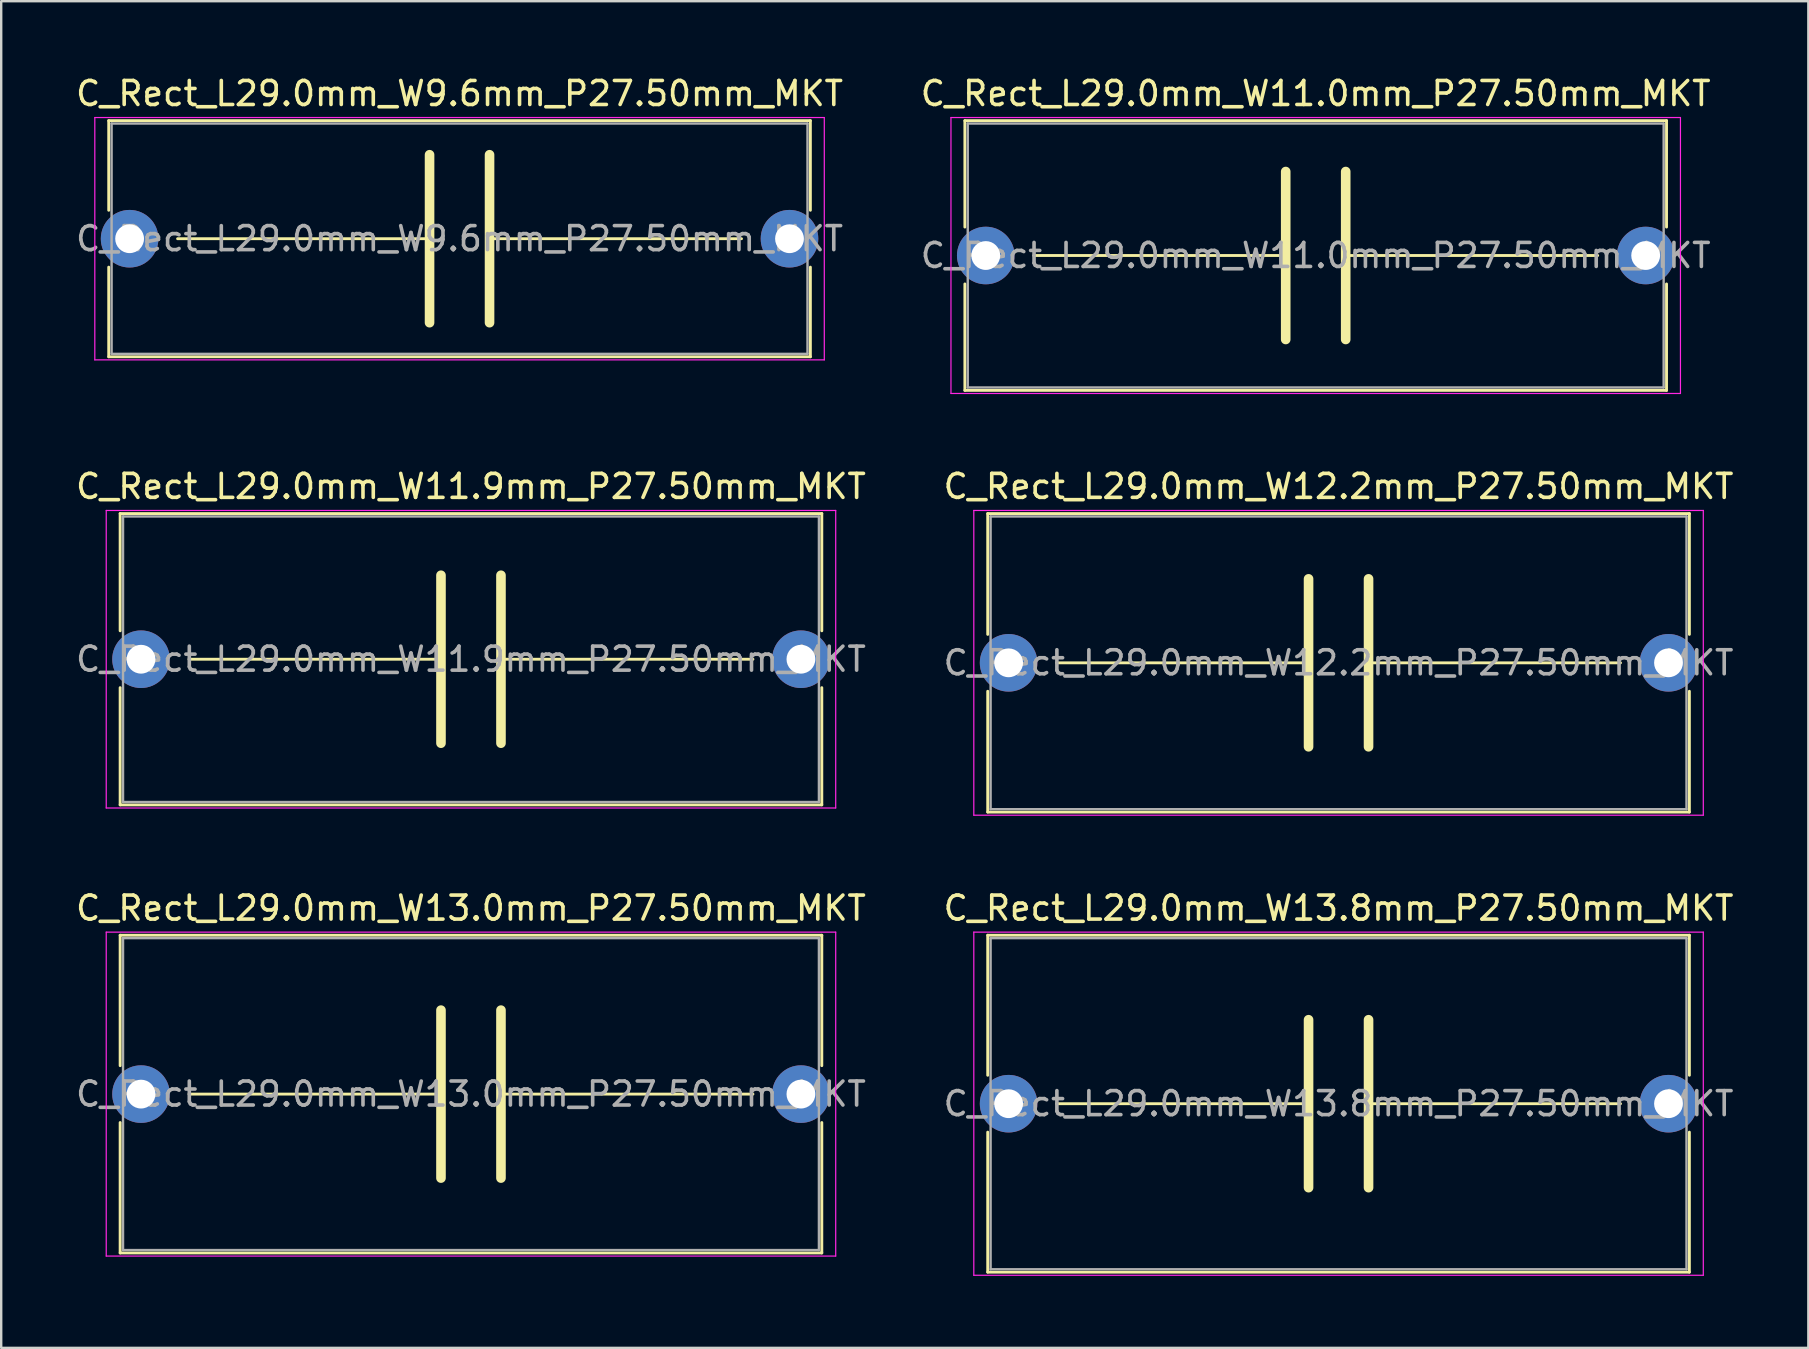
<source format=kicad_pcb>
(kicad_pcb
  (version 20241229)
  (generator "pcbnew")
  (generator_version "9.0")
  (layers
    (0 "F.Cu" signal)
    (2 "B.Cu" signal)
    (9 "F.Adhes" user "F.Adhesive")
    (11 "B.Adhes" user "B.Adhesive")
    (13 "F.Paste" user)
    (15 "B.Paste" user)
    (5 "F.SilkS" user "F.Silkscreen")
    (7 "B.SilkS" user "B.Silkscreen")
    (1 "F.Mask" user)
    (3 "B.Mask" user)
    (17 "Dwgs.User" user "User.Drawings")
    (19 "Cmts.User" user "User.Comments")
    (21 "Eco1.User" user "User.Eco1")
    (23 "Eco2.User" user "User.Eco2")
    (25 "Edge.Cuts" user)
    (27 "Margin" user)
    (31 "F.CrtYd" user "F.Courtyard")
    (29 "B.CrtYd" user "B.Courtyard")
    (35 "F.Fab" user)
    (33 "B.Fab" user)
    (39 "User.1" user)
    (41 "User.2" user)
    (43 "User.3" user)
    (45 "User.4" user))
  (footprint "C_Rect_L29.0mm_W11.9mm_P27.50mm_MKT"
    (layer "F.Cu")
    (at 2.827 24.422)
    (property "Reference" "C_Rect_L29.0mm_W11.9mm_P27.50mm_MKT" (at 13.75 -7.2 0) (layer "F.SilkS") (effects (font (size 1 1) (thickness 0.15))))
    (attr through_hole)
    (fp_line (start -0.87 -6.07) (end -0.87 -1.185) (stroke (width 0.12) (type solid)) (layer "F.SilkS"))
    (fp_line (start -0.87 -6.07) (end 28.37 -6.07) (stroke (width 0.12) (type solid)) (layer "F.SilkS"))
    (fp_line (start -0.87 1.185) (end -0.87 6.07) (stroke (width 0.12) (type solid)) (layer "F.SilkS"))
    (fp_line (start -0.87 6.07) (end 28.37 6.07) (stroke (width 0.12) (type solid)) (layer "F.SilkS"))
    (fp_line (start 2 0) (end 12.5 0) (stroke (width 0.12) (type solid)) (layer "F.SilkS"))
    (fp_line (start 12.5 -3.5) (end 12.5 3.5) (stroke (width 0.4) (type solid)) (layer "F.SilkS"))
    (fp_line (start 15 -3.5) (end 15 3.5) (stroke (width 0.4) (type solid)) (layer "F.SilkS"))
    (fp_line (start 15 0) (end 25.5 0) (stroke (width 0.12) (type solid)) (layer "F.SilkS"))
    (fp_line (start 28.37 -6.07) (end 28.37 -1.185) (stroke (width 0.12) (type solid)) (layer "F.SilkS"))
    (fp_line (start 28.37 1.185) (end 28.37 6.07) (stroke (width 0.12) (type solid)) (layer "F.SilkS"))
    (fp_line (start -1.45 -6.2) (end -1.45 6.2) (stroke (width 0.05) (type solid)) (layer "F.CrtYd"))
    (fp_line (start -1.45 6.2) (end 28.95 6.2) (stroke (width 0.05) (type solid)) (layer "F.CrtYd"))
    (fp_line (start 28.95 -6.2) (end -1.45 -6.2) (stroke (width 0.05) (type solid)) (layer "F.CrtYd"))
    (fp_line (start 28.95 6.2) (end 28.95 -6.2) (stroke (width 0.05) (type solid)) (layer "F.CrtYd"))
    (fp_line (start -0.75 -5.95) (end -0.75 5.95) (stroke (width 0.1) (type solid)) (layer "F.Fab"))
    (fp_line (start -0.75 5.95) (end 28.25 5.95) (stroke (width 0.1) (type solid)) (layer "F.Fab"))
    (fp_line (start 28.25 -5.95) (end -0.75 -5.95) (stroke (width 0.1) (type solid)) (layer "F.Fab"))
    (fp_line (start 28.25 5.95) (end 28.25 -5.95) (stroke (width 0.1) (type solid)) (layer "F.Fab"))
    (fp_text user "${REFERENCE}" (at 13.75 0 0) (layer "F.Fab") (effects (font (size 1 1) (thickness 0.15))))
    (pad "1" thru_hole circle (at 0 0) (size 2.4 2.4) (drill 1.2) (layers "*.Cu" "*.Mask"))
    (pad "2" thru_hole circle (at 27.5 0) (size 2.4 2.4) (drill 1.2) (layers "*.Cu" "*.Mask")))
  (footprint "C_Rect_L29.0mm_W13.0mm_P27.50mm_MKT"
    (layer "F.Cu")
    (at 2.827 42.545)
    (property "Reference" "C_Rect_L29.0mm_W13.0mm_P27.50mm_MKT" (at 13.75 -7.75 0) (layer "F.SilkS") (effects (font (size 1 1) (thickness 0.15))))
    (attr through_hole)
    (fp_line (start -0.87 -6.62) (end -0.87 -1.185) (stroke (width 0.12) (type solid)) (layer "F.SilkS"))
    (fp_line (start -0.87 -6.62) (end 28.37 -6.62) (stroke (width 0.12) (type solid)) (layer "F.SilkS"))
    (fp_line (start -0.87 1.185) (end -0.87 6.62) (stroke (width 0.12) (type solid)) (layer "F.SilkS"))
    (fp_line (start -0.87 6.62) (end 28.37 6.62) (stroke (width 0.12) (type solid)) (layer "F.SilkS"))
    (fp_line (start 2 0) (end 12.5 0) (stroke (width 0.12) (type solid)) (layer "F.SilkS"))
    (fp_line (start 12.5 -3.5) (end 12.5 3.5) (stroke (width 0.4) (type solid)) (layer "F.SilkS"))
    (fp_line (start 15 -3.5) (end 15 3.5) (stroke (width 0.4) (type solid)) (layer "F.SilkS"))
    (fp_line (start 15 0) (end 25.5 0) (stroke (width 0.12) (type solid)) (layer "F.SilkS"))
    (fp_line (start 28.37 -6.62) (end 28.37 -1.185) (stroke (width 0.12) (type solid)) (layer "F.SilkS"))
    (fp_line (start 28.37 1.185) (end 28.37 6.62) (stroke (width 0.12) (type solid)) (layer "F.SilkS"))
    (fp_line (start -1.45 -6.75) (end -1.45 6.75) (stroke (width 0.05) (type solid)) (layer "F.CrtYd"))
    (fp_line (start -1.45 6.75) (end 28.95 6.75) (stroke (width 0.05) (type solid)) (layer "F.CrtYd"))
    (fp_line (start 28.95 -6.75) (end -1.45 -6.75) (stroke (width 0.05) (type solid)) (layer "F.CrtYd"))
    (fp_line (start 28.95 6.75) (end 28.95 -6.75) (stroke (width 0.05) (type solid)) (layer "F.CrtYd"))
    (fp_line (start -0.75 -6.5) (end -0.75 6.5) (stroke (width 0.1) (type solid)) (layer "F.Fab"))
    (fp_line (start -0.75 6.5) (end 28.25 6.5) (stroke (width 0.1) (type solid)) (layer "F.Fab"))
    (fp_line (start 28.25 -6.5) (end -0.75 -6.5) (stroke (width 0.1) (type solid)) (layer "F.Fab"))
    (fp_line (start 28.25 6.5) (end 28.25 -6.5) (stroke (width 0.1) (type solid)) (layer "F.Fab"))
    (fp_text user "${REFERENCE}" (at 13.75 0 0) (layer "F.Fab") (effects (font (size 1 1) (thickness 0.15))))
    (pad "1" thru_hole circle (at 0 0) (size 2.4 2.4) (drill 1.2) (layers "*.Cu" "*.Mask"))
    (pad "2" thru_hole circle (at 27.5 0) (size 2.4 2.4) (drill 1.2) (layers "*.Cu" "*.Mask")))
  (footprint "C_Rect_L29.0mm_W9.6mm_P27.50mm_MKT"
    (layer "F.Cu")
    (at 2.351 6.898)
    (property "Reference" "C_Rect_L29.0mm_W9.6mm_P27.50mm_MKT" (at 13.75 -6.05 0) (layer "F.SilkS") (effects (font (size 1 1) (thickness 0.15))))
    (attr through_hole)
    (fp_line (start -0.87 -4.92) (end -0.87 -1.185) (stroke (width 0.12) (type solid)) (layer "F.SilkS"))
    (fp_line (start -0.87 -4.92) (end 28.37 -4.92) (stroke (width 0.12) (type solid)) (layer "F.SilkS"))
    (fp_line (start -0.87 1.185) (end -0.87 4.92) (stroke (width 0.12) (type solid)) (layer "F.SilkS"))
    (fp_line (start -0.87 4.92) (end 28.37 4.92) (stroke (width 0.12) (type solid)) (layer "F.SilkS"))
    (fp_line (start 2 0) (end 12.5 0) (stroke (width 0.12) (type solid)) (layer "F.SilkS"))
    (fp_line (start 12.5 -3.5) (end 12.5 3.5) (stroke (width 0.4) (type solid)) (layer "F.SilkS"))
    (fp_line (start 15 -3.5) (end 15 3.5) (stroke (width 0.4) (type solid)) (layer "F.SilkS"))
    (fp_line (start 15 0) (end 25.5 0) (stroke (width 0.12) (type solid)) (layer "F.SilkS"))
    (fp_line (start 28.37 -4.92) (end 28.37 -1.185) (stroke (width 0.12) (type solid)) (layer "F.SilkS"))
    (fp_line (start 28.37 1.185) (end 28.37 4.92) (stroke (width 0.12) (type solid)) (layer "F.SilkS"))
    (fp_line (start -1.45 -5.05) (end -1.45 5.05) (stroke (width 0.05) (type solid)) (layer "F.CrtYd"))
    (fp_line (start -1.45 5.05) (end 28.95 5.05) (stroke (width 0.05) (type solid)) (layer "F.CrtYd"))
    (fp_line (start 28.95 -5.05) (end -1.45 -5.05) (stroke (width 0.05) (type solid)) (layer "F.CrtYd"))
    (fp_line (start 28.95 5.05) (end 28.95 -5.05) (stroke (width 0.05) (type solid)) (layer "F.CrtYd"))
    (fp_line (start -0.75 -4.8) (end -0.75 4.8) (stroke (width 0.1) (type solid)) (layer "F.Fab"))
    (fp_line (start -0.75 4.8) (end 28.25 4.8) (stroke (width 0.1) (type solid)) (layer "F.Fab"))
    (fp_line (start 28.25 -4.8) (end -0.75 -4.8) (stroke (width 0.1) (type solid)) (layer "F.Fab"))
    (fp_line (start 28.25 4.8) (end 28.25 -4.8) (stroke (width 0.1) (type solid)) (layer "F.Fab"))
    (fp_text user "${REFERENCE}" (at 13.75 0 0) (layer "F.Fab") (effects (font (size 1 1) (thickness 0.15))))
    (pad "1" thru_hole circle (at 0 0) (size 2.4 2.4) (drill 1.2) (layers "*.Cu" "*.Mask"))
    (pad "2" thru_hole circle (at 27.5 0) (size 2.4 2.4) (drill 1.2) (layers "*.Cu" "*.Mask")))
  (footprint "C_Rect_L29.0mm_W12.2mm_P27.50mm_MKT"
    (layer "F.Cu")
    (at 38.982 24.572)
    (property "Reference" "C_Rect_L29.0mm_W12.2mm_P27.50mm_MKT" (at 13.75 -7.35 0) (layer "F.SilkS") (effects (font (size 1 1) (thickness 0.15))))
    (attr through_hole)
    (fp_line (start -0.87 -6.22) (end -0.87 -1.185) (stroke (width 0.12) (type solid)) (layer "F.SilkS"))
    (fp_line (start -0.87 -6.22) (end 28.37 -6.22) (stroke (width 0.12) (type solid)) (layer "F.SilkS"))
    (fp_line (start -0.87 1.185) (end -0.87 6.22) (stroke (width 0.12) (type solid)) (layer "F.SilkS"))
    (fp_line (start -0.87 6.22) (end 28.37 6.22) (stroke (width 0.12) (type solid)) (layer "F.SilkS"))
    (fp_line (start 2 0) (end 12.5 0) (stroke (width 0.12) (type solid)) (layer "F.SilkS"))
    (fp_line (start 12.5 -3.5) (end 12.5 3.5) (stroke (width 0.4) (type solid)) (layer "F.SilkS"))
    (fp_line (start 15 -3.5) (end 15 3.5) (stroke (width 0.4) (type solid)) (layer "F.SilkS"))
    (fp_line (start 15 0) (end 25.5 0) (stroke (width 0.12) (type solid)) (layer "F.SilkS"))
    (fp_line (start 28.37 -6.22) (end 28.37 -1.185) (stroke (width 0.12) (type solid)) (layer "F.SilkS"))
    (fp_line (start 28.37 1.185) (end 28.37 6.22) (stroke (width 0.12) (type solid)) (layer "F.SilkS"))
    (fp_line (start -1.45 -6.35) (end -1.45 6.35) (stroke (width 0.05) (type solid)) (layer "F.CrtYd"))
    (fp_line (start -1.45 6.35) (end 28.95 6.35) (stroke (width 0.05) (type solid)) (layer "F.CrtYd"))
    (fp_line (start 28.95 -6.35) (end -1.45 -6.35) (stroke (width 0.05) (type solid)) (layer "F.CrtYd"))
    (fp_line (start 28.95 6.35) (end 28.95 -6.35) (stroke (width 0.05) (type solid)) (layer "F.CrtYd"))
    (fp_line (start -0.75 -6.1) (end -0.75 6.1) (stroke (width 0.1) (type solid)) (layer "F.Fab"))
    (fp_line (start -0.75 6.1) (end 28.25 6.1) (stroke (width 0.1) (type solid)) (layer "F.Fab"))
    (fp_line (start 28.25 -6.1) (end -0.75 -6.1) (stroke (width 0.1) (type solid)) (layer "F.Fab"))
    (fp_line (start 28.25 6.1) (end 28.25 -6.1) (stroke (width 0.1) (type solid)) (layer "F.Fab"))
    (fp_text user "${REFERENCE}" (at 13.75 0 0) (layer "F.Fab") (effects (font (size 1 1) (thickness 0.15))))
    (pad "1" thru_hole circle (at 0 0) (size 2.4 2.4) (drill 1.2) (layers "*.Cu" "*.Mask"))
    (pad "2" thru_hole circle (at 27.5 0) (size 2.4 2.4) (drill 1.2) (layers "*.Cu" "*.Mask")))
  (footprint "C_Rect_L29.0mm_W13.8mm_P27.50mm_MKT"
    (layer "F.Cu")
    (at 38.982 42.945)
    (property "Reference" "C_Rect_L29.0mm_W13.8mm_P27.50mm_MKT" (at 13.75 -8.15 0) (layer "F.SilkS") (effects (font (size 1 1) (thickness 0.15))))
    (attr through_hole)
    (fp_line (start -0.87 -7.02) (end -0.87 -1.185) (stroke (width 0.12) (type solid)) (layer "F.SilkS"))
    (fp_line (start -0.87 -7.02) (end 28.37 -7.02) (stroke (width 0.12) (type solid)) (layer "F.SilkS"))
    (fp_line (start -0.87 1.185) (end -0.87 7.02) (stroke (width 0.12) (type solid)) (layer "F.SilkS"))
    (fp_line (start -0.87 7.02) (end 28.37 7.02) (stroke (width 0.12) (type solid)) (layer "F.SilkS"))
    (fp_line (start 2 0) (end 12.5 0) (stroke (width 0.12) (type solid)) (layer "F.SilkS"))
    (fp_line (start 12.5 -3.5) (end 12.5 3.5) (stroke (width 0.4) (type solid)) (layer "F.SilkS"))
    (fp_line (start 15 -3.5) (end 15 3.5) (stroke (width 0.4) (type solid)) (layer "F.SilkS"))
    (fp_line (start 15 0) (end 25.5 0) (stroke (width 0.12) (type solid)) (layer "F.SilkS"))
    (fp_line (start 28.37 -7.02) (end 28.37 -1.185) (stroke (width 0.12) (type solid)) (layer "F.SilkS"))
    (fp_line (start 28.37 1.185) (end 28.37 7.02) (stroke (width 0.12) (type solid)) (layer "F.SilkS"))
    (fp_line (start -1.45 -7.15) (end -1.45 7.15) (stroke (width 0.05) (type solid)) (layer "F.CrtYd"))
    (fp_line (start -1.45 7.15) (end 28.95 7.15) (stroke (width 0.05) (type solid)) (layer "F.CrtYd"))
    (fp_line (start 28.95 -7.15) (end -1.45 -7.15) (stroke (width 0.05) (type solid)) (layer "F.CrtYd"))
    (fp_line (start 28.95 7.15) (end 28.95 -7.15) (stroke (width 0.05) (type solid)) (layer "F.CrtYd"))
    (fp_line (start -0.75 -6.9) (end -0.75 6.9) (stroke (width 0.1) (type solid)) (layer "F.Fab"))
    (fp_line (start -0.75 6.9) (end 28.25 6.9) (stroke (width 0.1) (type solid)) (layer "F.Fab"))
    (fp_line (start 28.25 -6.9) (end -0.75 -6.9) (stroke (width 0.1) (type solid)) (layer "F.Fab"))
    (fp_line (start 28.25 6.9) (end 28.25 -6.9) (stroke (width 0.1) (type solid)) (layer "F.Fab"))
    (fp_text user "${REFERENCE}" (at 13.75 0 0) (layer "F.Fab") (effects (font (size 1 1) (thickness 0.15))))
    (pad "1" thru_hole circle (at 0 0) (size 2.4 2.4) (drill 1.2) (layers "*.Cu" "*.Mask"))
    (pad "2" thru_hole circle (at 27.5 0) (size 2.4 2.4) (drill 1.2) (layers "*.Cu" "*.Mask")))
  (footprint "C_Rect_L29.0mm_W11.0mm_P27.50mm_MKT"
    (layer "F.Cu")
    (at 38.03 7.598)
    (property "Reference" "C_Rect_L29.0mm_W11.0mm_P27.50mm_MKT" (at 13.75 -6.75 0) (layer "F.SilkS") (effects (font (size 1 1) (thickness 0.15))))
    (attr through_hole)
    (fp_line (start -0.87 -5.62) (end -0.87 -1.185) (stroke (width 0.12) (type solid)) (layer "F.SilkS"))
    (fp_line (start -0.87 -5.62) (end 28.37 -5.62) (stroke (width 0.12) (type solid)) (layer "F.SilkS"))
    (fp_line (start -0.87 1.185) (end -0.87 5.62) (stroke (width 0.12) (type solid)) (layer "F.SilkS"))
    (fp_line (start -0.87 5.62) (end 28.37 5.62) (stroke (width 0.12) (type solid)) (layer "F.SilkS"))
    (fp_line (start 2 0) (end 12.5 0) (stroke (width 0.12) (type solid)) (layer "F.SilkS"))
    (fp_line (start 12.5 -3.5) (end 12.5 3.5) (stroke (width 0.4) (type solid)) (layer "F.SilkS"))
    (fp_line (start 15 -3.5) (end 15 3.5) (stroke (width 0.4) (type solid)) (layer "F.SilkS"))
    (fp_line (start 15 0) (end 25.5 0) (stroke (width 0.12) (type solid)) (layer "F.SilkS"))
    (fp_line (start 28.37 -5.62) (end 28.37 -1.185) (stroke (width 0.12) (type solid)) (layer "F.SilkS"))
    (fp_line (start 28.37 1.185) (end 28.37 5.62) (stroke (width 0.12) (type solid)) (layer "F.SilkS"))
    (fp_line (start -1.45 -5.75) (end -1.45 5.75) (stroke (width 0.05) (type solid)) (layer "F.CrtYd"))
    (fp_line (start -1.45 5.75) (end 28.95 5.75) (stroke (width 0.05) (type solid)) (layer "F.CrtYd"))
    (fp_line (start 28.95 -5.75) (end -1.45 -5.75) (stroke (width 0.05) (type solid)) (layer "F.CrtYd"))
    (fp_line (start 28.95 5.75) (end 28.95 -5.75) (stroke (width 0.05) (type solid)) (layer "F.CrtYd"))
    (fp_line (start -0.75 -5.5) (end -0.75 5.5) (stroke (width 0.1) (type solid)) (layer "F.Fab"))
    (fp_line (start -0.75 5.5) (end 28.25 5.5) (stroke (width 0.1) (type solid)) (layer "F.Fab"))
    (fp_line (start 28.25 -5.5) (end -0.75 -5.5) (stroke (width 0.1) (type solid)) (layer "F.Fab"))
    (fp_line (start 28.25 5.5) (end 28.25 -5.5) (stroke (width 0.1) (type solid)) (layer "F.Fab"))
    (fp_text user "${REFERENCE}" (at 13.75 0 0) (layer "F.Fab") (effects (font (size 1 1) (thickness 0.15))))
    (pad "1" thru_hole circle (at 0 0) (size 2.4 2.4) (drill 1.2) (layers "*.Cu" "*.Mask"))
    (pad "2" thru_hole circle (at 27.5 0) (size 2.4 2.4) (drill 1.2) (layers "*.Cu" "*.Mask")))
  (gr_rect
    (start -3 -3)
    (end 72.31 53.12)
    (stroke (width 0.1) (type default))
    (fill no)
    (layer "Edge.Cuts")))
</source>
